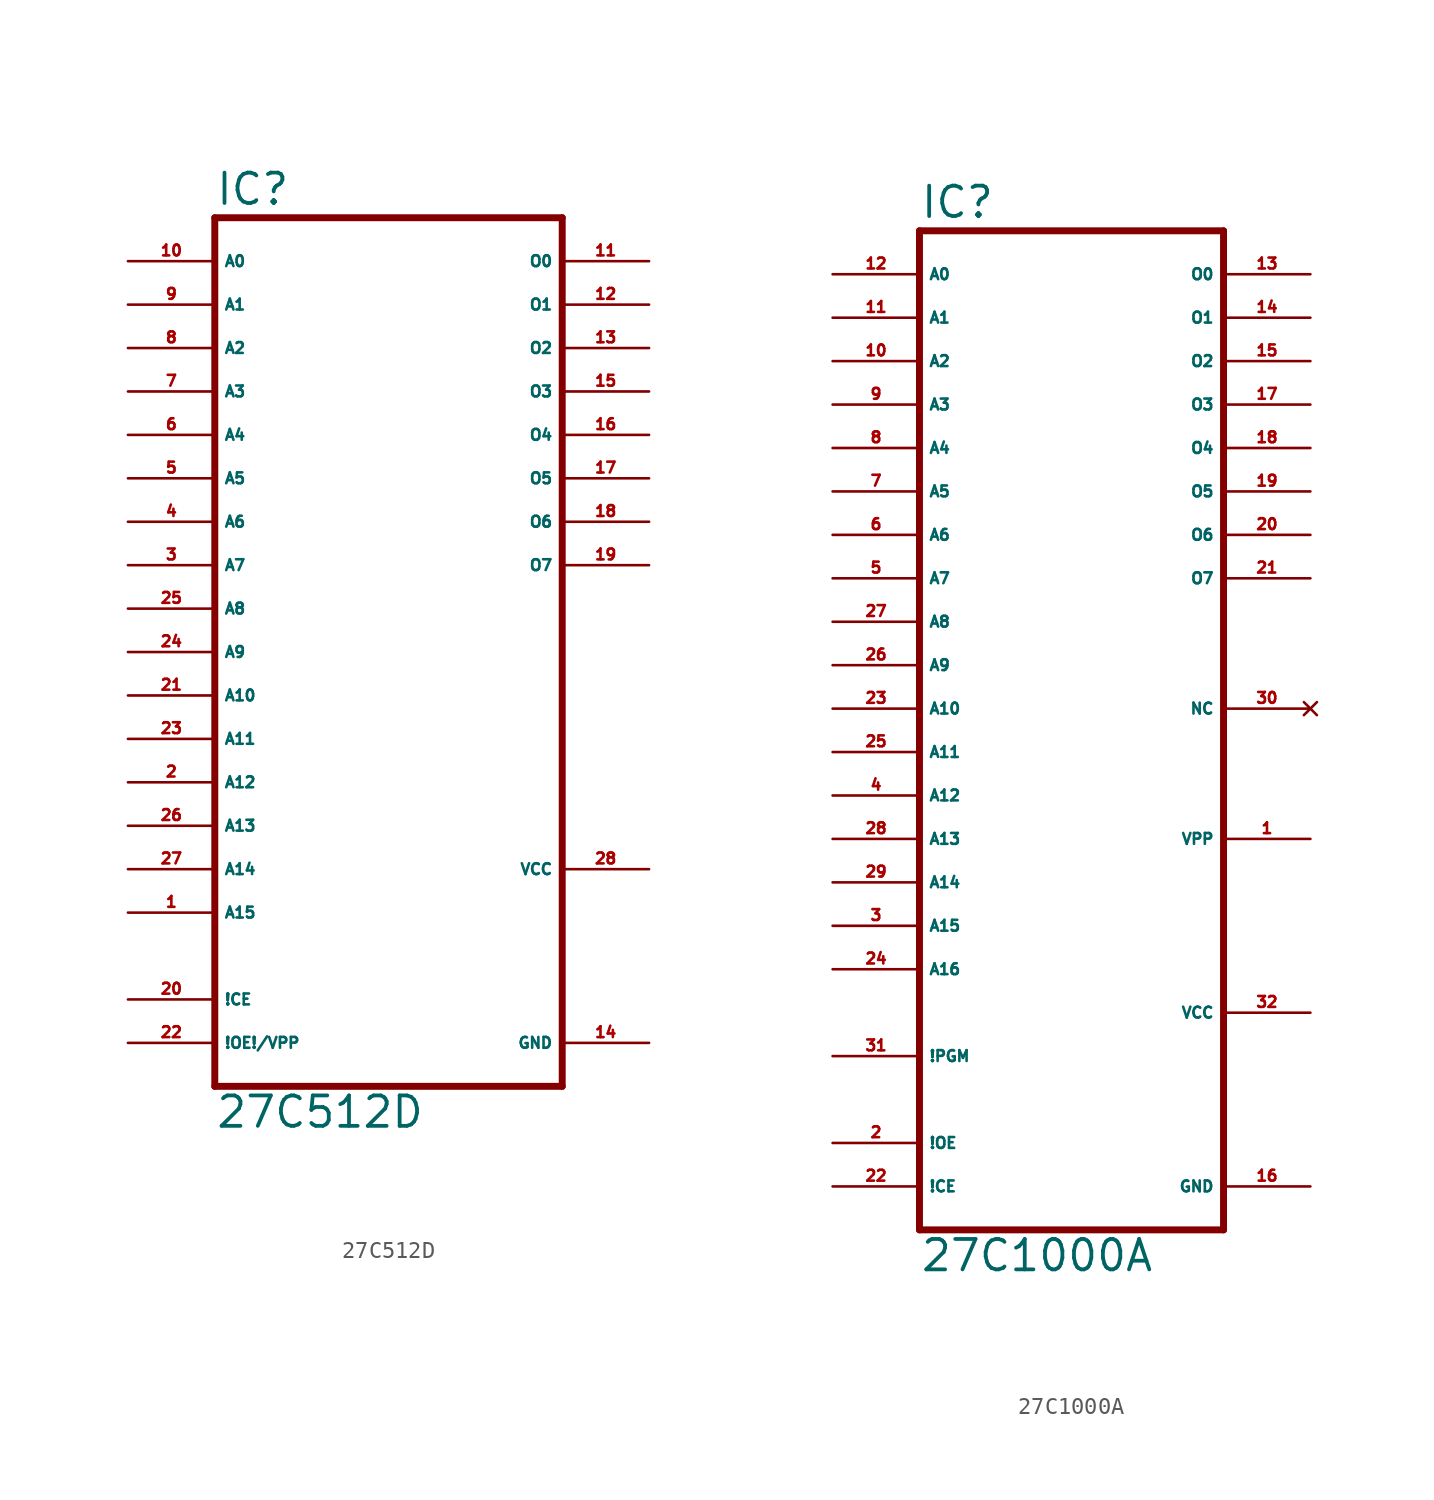
<source format=kicad_sym>
(kicad_symbol_lib
  (version 20220914)
  (generator Eagle2Kicad)
  (symbol "27C512D"
    (property "Reference" "IC"
      (at -10.16 26.035 0)
      (effects (font (size 1.778 1.778) (thickness 0.22)) (justify left bottom)))
    (property "Value" "27C512D"
      (at -10.16 -27.94 0)
      (effects (font (size 1.778 1.778) (thickness 0.22)) (justify left bottom)))
    (polyline
      (pts (xy -10.16 -25.4) (xy 10.16 -25.4))
      (stroke (width 0.406) (type default))
      (fill (type none)))
    (polyline
      (pts (xy 10.16 -25.4) (xy 10.16 25.4))
      (stroke (width 0.406) (type default))
      (fill (type none)))
    (polyline
      (pts (xy 10.16 25.4) (xy -10.16 25.4))
      (stroke (width 0.406) (type default))
      (fill (type none)))
    (polyline
      (pts (xy -10.16 25.4) (xy -10.16 -25.4))
      (stroke (width 0.406) (type default))
      (fill (type none)))
    (pin input line
      (at -15.24 -15.24 0)
      (length 5.08)
      (name "A15" (effects (font (size 0.635 0.635) (thickness 0.08)) (justify left bottom)))
      (number "1" (effects (font (size 0.635 0.635) (thickness 0.08)) (justify left bottom))))
    (pin input line
      (at -15.24 -7.62 0)
      (length 5.08)
      (name "A12" (effects (font (size 0.635 0.635) (thickness 0.08)) (justify left bottom)))
      (number "2" (effects (font (size 0.635 0.635) (thickness 0.08)) (justify left bottom))))
    (pin input line
      (at -15.24 5.08 0)
      (length 5.08)
      (name "A7" (effects (font (size 0.635 0.635) (thickness 0.08)) (justify left bottom)))
      (number "3" (effects (font (size 0.635 0.635) (thickness 0.08)) (justify left bottom))))
    (pin input line
      (at -15.24 7.62 0)
      (length 5.08)
      (name "A6" (effects (font (size 0.635 0.635) (thickness 0.08)) (justify left bottom)))
      (number "4" (effects (font (size 0.635 0.635) (thickness 0.08)) (justify left bottom))))
    (pin input line
      (at -15.24 10.16 0)
      (length 5.08)
      (name "A5" (effects (font (size 0.635 0.635) (thickness 0.08)) (justify left bottom)))
      (number "5" (effects (font (size 0.635 0.635) (thickness 0.08)) (justify left bottom))))
    (pin input line
      (at -15.24 12.7 0)
      (length 5.08)
      (name "A4" (effects (font (size 0.635 0.635) (thickness 0.08)) (justify left bottom)))
      (number "6" (effects (font (size 0.635 0.635) (thickness 0.08)) (justify left bottom))))
    (pin input line
      (at -15.24 15.24 0)
      (length 5.08)
      (name "A3" (effects (font (size 0.635 0.635) (thickness 0.08)) (justify left bottom)))
      (number "7" (effects (font (size 0.635 0.635) (thickness 0.08)) (justify left bottom))))
    (pin input line
      (at -15.24 17.78 0)
      (length 5.08)
      (name "A2" (effects (font (size 0.635 0.635) (thickness 0.08)) (justify left bottom)))
      (number "8" (effects (font (size 0.635 0.635) (thickness 0.08)) (justify left bottom))))
    (pin input line
      (at -15.24 20.32 0)
      (length 5.08)
      (name "A1" (effects (font (size 0.635 0.635) (thickness 0.08)) (justify left bottom)))
      (number "9" (effects (font (size 0.635 0.635) (thickness 0.08)) (justify left bottom))))
    (pin input line
      (at -15.24 22.86 0)
      (length 5.08)
      (name "A0" (effects (font (size 0.635 0.635) (thickness 0.08)) (justify left bottom)))
      (number "10" (effects (font (size 0.635 0.635) (thickness 0.08)) (justify left bottom))))
    (pin tri_state line
      (at 15.24 22.86 180)
      (length 5.08)
      (name "O0" (effects (font (size 0.635 0.635) (thickness 0.08)) (justify left bottom)))
      (number "11" (effects (font (size 0.635 0.635) (thickness 0.08)) (justify left bottom))))
    (pin tri_state line
      (at 15.24 20.32 180)
      (length 5.08)
      (name "O1" (effects (font (size 0.635 0.635) (thickness 0.08)) (justify left bottom)))
      (number "12" (effects (font (size 0.635 0.635) (thickness 0.08)) (justify left bottom))))
    (pin tri_state line
      (at 15.24 17.78 180)
      (length 5.08)
      (name "O2" (effects (font (size 0.635 0.635) (thickness 0.08)) (justify left bottom)))
      (number "13" (effects (font (size 0.635 0.635) (thickness 0.08)) (justify left bottom))))
    (pin tri_state line
      (at 15.24 15.24 180)
      (length 5.08)
      (name "O3" (effects (font (size 0.635 0.635) (thickness 0.08)) (justify left bottom)))
      (number "15" (effects (font (size 0.635 0.635) (thickness 0.08)) (justify left bottom))))
    (pin tri_state line
      (at 15.24 12.7 180)
      (length 5.08)
      (name "O4" (effects (font (size 0.635 0.635) (thickness 0.08)) (justify left bottom)))
      (number "16" (effects (font (size 0.635 0.635) (thickness 0.08)) (justify left bottom))))
    (pin tri_state line
      (at 15.24 10.16 180)
      (length 5.08)
      (name "O5" (effects (font (size 0.635 0.635) (thickness 0.08)) (justify left bottom)))
      (number "17" (effects (font (size 0.635 0.635) (thickness 0.08)) (justify left bottom))))
    (pin tri_state line
      (at 15.24 7.62 180)
      (length 5.08)
      (name "O6" (effects (font (size 0.635 0.635) (thickness 0.08)) (justify left bottom)))
      (number "18" (effects (font (size 0.635 0.635) (thickness 0.08)) (justify left bottom))))
    (pin tri_state line
      (at 15.24 5.08 180)
      (length 5.08)
      (name "O7" (effects (font (size 0.635 0.635) (thickness 0.08)) (justify left bottom)))
      (number "19" (effects (font (size 0.635 0.635) (thickness 0.08)) (justify left bottom))))
    (pin input line
      (at -15.24 -20.32 0)
      (length 5.08)
      (name "!CE" (effects (font (size 0.635 0.635) (thickness 0.08)) (justify left bottom)))
      (number "20" (effects (font (size 0.635 0.635) (thickness 0.08)) (justify left bottom))))
    (pin input line
      (at -15.24 -2.54 0)
      (length 5.08)
      (name "A10" (effects (font (size 0.635 0.635) (thickness 0.08)) (justify left bottom)))
      (number "21" (effects (font (size 0.635 0.635) (thickness 0.08)) (justify left bottom))))
    (pin input line
      (at -15.24 -22.86 0)
      (length 5.08)
      (name "!OE!/VPP" (effects (font (size 0.635 0.635) (thickness 0.08)) (justify left bottom)))
      (number "22" (effects (font (size 0.635 0.635) (thickness 0.08)) (justify left bottom))))
    (pin input line
      (at -15.24 -5.08 0)
      (length 5.08)
      (name "A11" (effects (font (size 0.635 0.635) (thickness 0.08)) (justify left bottom)))
      (number "23" (effects (font (size 0.635 0.635) (thickness 0.08)) (justify left bottom))))
    (pin input line
      (at -15.24 0 0)
      (length 5.08)
      (name "A9" (effects (font (size 0.635 0.635) (thickness 0.08)) (justify left bottom)))
      (number "24" (effects (font (size 0.635 0.635) (thickness 0.08)) (justify left bottom))))
    (pin input line
      (at -15.24 2.54 0)
      (length 5.08)
      (name "A8" (effects (font (size 0.635 0.635) (thickness 0.08)) (justify left bottom)))
      (number "25" (effects (font (size 0.635 0.635) (thickness 0.08)) (justify left bottom))))
    (pin input line
      (at -15.24 -10.16 0)
      (length 5.08)
      (name "A13" (effects (font (size 0.635 0.635) (thickness 0.08)) (justify left bottom)))
      (number "26" (effects (font (size 0.635 0.635) (thickness 0.08)) (justify left bottom))))
    (pin input line
      (at -15.24 -12.7 0)
      (length 5.08)
      (name "A14" (effects (font (size 0.635 0.635) (thickness 0.08)) (justify left bottom)))
      (number "27" (effects (font (size 0.635 0.635) (thickness 0.08)) (justify left bottom))))
    (pin unspecified line
      (at 15.24 -22.86 180)
      (length 5.08)
      (name "GND" (effects (font (size 0.635 0.635) (thickness 0.08)) (justify left bottom)))
      (number "14" (effects (font (size 0.635 0.635) (thickness 0.08)) (justify left bottom))))
    (pin unspecified line
      (at 15.24 -12.7 180)
      (length 5.08)
      (name "VCC" (effects (font (size 0.635 0.635) (thickness 0.08)) (justify left bottom)))
      (number "28" (effects (font (size 0.635 0.635) (thickness 0.08)) (justify left bottom)))))
  (symbol "27C1000A"
    (property "Reference" "IC"
      (at -7.62 23.495 0)
      (effects (font (size 1.778 1.778) (thickness 0.22)) (justify left bottom)))
    (property "Value" "27C1000A"
      (at -7.62 -38.1 0)
      (effects (font (size 1.778 1.778) (thickness 0.22)) (justify left bottom)))
    (polyline
      (pts (xy -7.62 -35.56) (xy 10.16 -35.56))
      (stroke (width 0.406) (type default))
      (fill (type none)))
    (polyline
      (pts (xy 10.16 22.86) (xy 10.16 -35.56))
      (stroke (width 0.406) (type default))
      (fill (type none)))
    (polyline
      (pts (xy 10.16 22.86) (xy -7.62 22.86))
      (stroke (width 0.406) (type default))
      (fill (type none)))
    (polyline
      (pts (xy -7.62 -35.56) (xy -7.62 22.86))
      (stroke (width 0.406) (type default))
      (fill (type none)))
    (pin input line
      (at -12.7 20.32 0)
      (length 5.08)
      (name "A0" (effects (font (size 0.635 0.635) (thickness 0.08)) (justify left bottom)))
      (number "12" (effects (font (size 0.635 0.635) (thickness 0.08)) (justify left bottom))))
    (pin input line
      (at -12.7 17.78 0)
      (length 5.08)
      (name "A1" (effects (font (size 0.635 0.635) (thickness 0.08)) (justify left bottom)))
      (number "11" (effects (font (size 0.635 0.635) (thickness 0.08)) (justify left bottom))))
    (pin input line
      (at -12.7 15.24 0)
      (length 5.08)
      (name "A2" (effects (font (size 0.635 0.635) (thickness 0.08)) (justify left bottom)))
      (number "10" (effects (font (size 0.635 0.635) (thickness 0.08)) (justify left bottom))))
    (pin input line
      (at -12.7 12.7 0)
      (length 5.08)
      (name "A3" (effects (font (size 0.635 0.635) (thickness 0.08)) (justify left bottom)))
      (number "9" (effects (font (size 0.635 0.635) (thickness 0.08)) (justify left bottom))))
    (pin input line
      (at -12.7 10.16 0)
      (length 5.08)
      (name "A4" (effects (font (size 0.635 0.635) (thickness 0.08)) (justify left bottom)))
      (number "8" (effects (font (size 0.635 0.635) (thickness 0.08)) (justify left bottom))))
    (pin input line
      (at -12.7 7.62 0)
      (length 5.08)
      (name "A5" (effects (font (size 0.635 0.635) (thickness 0.08)) (justify left bottom)))
      (number "7" (effects (font (size 0.635 0.635) (thickness 0.08)) (justify left bottom))))
    (pin input line
      (at -12.7 5.08 0)
      (length 5.08)
      (name "A6" (effects (font (size 0.635 0.635) (thickness 0.08)) (justify left bottom)))
      (number "6" (effects (font (size 0.635 0.635) (thickness 0.08)) (justify left bottom))))
    (pin input line
      (at -12.7 2.54 0)
      (length 5.08)
      (name "A7" (effects (font (size 0.635 0.635) (thickness 0.08)) (justify left bottom)))
      (number "5" (effects (font (size 0.635 0.635) (thickness 0.08)) (justify left bottom))))
    (pin input line
      (at -12.7 0 0)
      (length 5.08)
      (name "A8" (effects (font (size 0.635 0.635) (thickness 0.08)) (justify left bottom)))
      (number "27" (effects (font (size 0.635 0.635) (thickness 0.08)) (justify left bottom))))
    (pin input line
      (at -12.7 -2.54 0)
      (length 5.08)
      (name "A9" (effects (font (size 0.635 0.635) (thickness 0.08)) (justify left bottom)))
      (number "26" (effects (font (size 0.635 0.635) (thickness 0.08)) (justify left bottom))))
    (pin input line
      (at -12.7 -5.08 0)
      (length 5.08)
      (name "A10" (effects (font (size 0.635 0.635) (thickness 0.08)) (justify left bottom)))
      (number "23" (effects (font (size 0.635 0.635) (thickness 0.08)) (justify left bottom))))
    (pin input line
      (at -12.7 -7.62 0)
      (length 5.08)
      (name "A11" (effects (font (size 0.635 0.635) (thickness 0.08)) (justify left bottom)))
      (number "25" (effects (font (size 0.635 0.635) (thickness 0.08)) (justify left bottom))))
    (pin input line
      (at -12.7 -10.16 0)
      (length 5.08)
      (name "A12" (effects (font (size 0.635 0.635) (thickness 0.08)) (justify left bottom)))
      (number "4" (effects (font (size 0.635 0.635) (thickness 0.08)) (justify left bottom))))
    (pin input line
      (at -12.7 -12.7 0)
      (length 5.08)
      (name "A13" (effects (font (size 0.635 0.635) (thickness 0.08)) (justify left bottom)))
      (number "28" (effects (font (size 0.635 0.635) (thickness 0.08)) (justify left bottom))))
    (pin input line
      (at -12.7 -15.24 0)
      (length 5.08)
      (name "A14" (effects (font (size 0.635 0.635) (thickness 0.08)) (justify left bottom)))
      (number "29" (effects (font (size 0.635 0.635) (thickness 0.08)) (justify left bottom))))
    (pin input line
      (at -12.7 -17.78 0)
      (length 5.08)
      (name "A15" (effects (font (size 0.635 0.635) (thickness 0.08)) (justify left bottom)))
      (number "3" (effects (font (size 0.635 0.635) (thickness 0.08)) (justify left bottom))))
    (pin input line
      (at -12.7 -25.4 0)
      (length 5.08)
      (name "!PGM" (effects (font (size 0.635 0.635) (thickness 0.08)) (justify left bottom)))
      (number "31" (effects (font (size 0.635 0.635) (thickness 0.08)) (justify left bottom))))
    (pin input line
      (at -12.7 -30.48 0)
      (length 5.08)
      (name "!OE" (effects (font (size 0.635 0.635) (thickness 0.08)) (justify left bottom)))
      (number "2" (effects (font (size 0.635 0.635) (thickness 0.08)) (justify left bottom))))
    (pin input line
      (at -12.7 -33.02 0)
      (length 5.08)
      (name "!CE" (effects (font (size 0.635 0.635) (thickness 0.08)) (justify left bottom)))
      (number "22" (effects (font (size 0.635 0.635) (thickness 0.08)) (justify left bottom))))
    (pin tri_state line
      (at 15.24 20.32 180)
      (length 5.08)
      (name "O0" (effects (font (size 0.635 0.635) (thickness 0.08)) (justify left bottom)))
      (number "13" (effects (font (size 0.635 0.635) (thickness 0.08)) (justify left bottom))))
    (pin tri_state line
      (at 15.24 17.78 180)
      (length 5.08)
      (name "O1" (effects (font (size 0.635 0.635) (thickness 0.08)) (justify left bottom)))
      (number "14" (effects (font (size 0.635 0.635) (thickness 0.08)) (justify left bottom))))
    (pin tri_state line
      (at 15.24 15.24 180)
      (length 5.08)
      (name "O2" (effects (font (size 0.635 0.635) (thickness 0.08)) (justify left bottom)))
      (number "15" (effects (font (size 0.635 0.635) (thickness 0.08)) (justify left bottom))))
    (pin tri_state line
      (at 15.24 12.7 180)
      (length 5.08)
      (name "O3" (effects (font (size 0.635 0.635) (thickness 0.08)) (justify left bottom)))
      (number "17" (effects (font (size 0.635 0.635) (thickness 0.08)) (justify left bottom))))
    (pin tri_state line
      (at 15.24 10.16 180)
      (length 5.08)
      (name "O4" (effects (font (size 0.635 0.635) (thickness 0.08)) (justify left bottom)))
      (number "18" (effects (font (size 0.635 0.635) (thickness 0.08)) (justify left bottom))))
    (pin tri_state line
      (at 15.24 7.62 180)
      (length 5.08)
      (name "O5" (effects (font (size 0.635 0.635) (thickness 0.08)) (justify left bottom)))
      (number "19" (effects (font (size 0.635 0.635) (thickness 0.08)) (justify left bottom))))
    (pin tri_state line
      (at 15.24 5.08 180)
      (length 5.08)
      (name "O6" (effects (font (size 0.635 0.635) (thickness 0.08)) (justify left bottom)))
      (number "20" (effects (font (size 0.635 0.635) (thickness 0.08)) (justify left bottom))))
    (pin tri_state line
      (at 15.24 2.54 180)
      (length 5.08)
      (name "O7" (effects (font (size 0.635 0.635) (thickness 0.08)) (justify left bottom)))
      (number "21" (effects (font (size 0.635 0.635) (thickness 0.08)) (justify left bottom))))
    (pin no_connect line
      (at 15.24 -5.08 180)
      (length 5.08)
      (name "NC" (effects (font (size 0.635 0.635) (thickness 0.08)) (justify left bottom) hide))
      (number "30" (effects (font (size 0.635 0.635) (thickness 0.08)) (justify left bottom) hide)))
    (pin unspecified line
      (at 15.24 -33.02 180)
      (length 5.08)
      (name "GND" (effects (font (size 0.635 0.635) (thickness 0.08)) (justify left bottom)))
      (number "16" (effects (font (size 0.635 0.635) (thickness 0.08)) (justify left bottom))))
    (pin unspecified line
      (at 15.24 -22.86 180)
      (length 5.08)
      (name "VCC" (effects (font (size 0.635 0.635) (thickness 0.08)) (justify left bottom)))
      (number "32" (effects (font (size 0.635 0.635) (thickness 0.08)) (justify left bottom))))
    (pin passive line
      (at 15.24 -12.7 180)
      (length 5.08)
      (name "VPP" (effects (font (size 0.635 0.635) (thickness 0.08)) (justify left bottom)))
      (number "1" (effects (font (size 0.635 0.635) (thickness 0.08)) (justify left bottom))))
    (pin input line
      (at -12.7 -20.32 0)
      (length 5.08)
      (name "A16" (effects (font (size 0.635 0.635) (thickness 0.08)) (justify left bottom)))
      (number "24" (effects (font (size 0.635 0.635) (thickness 0.08)) (justify left bottom))))))
</source>
